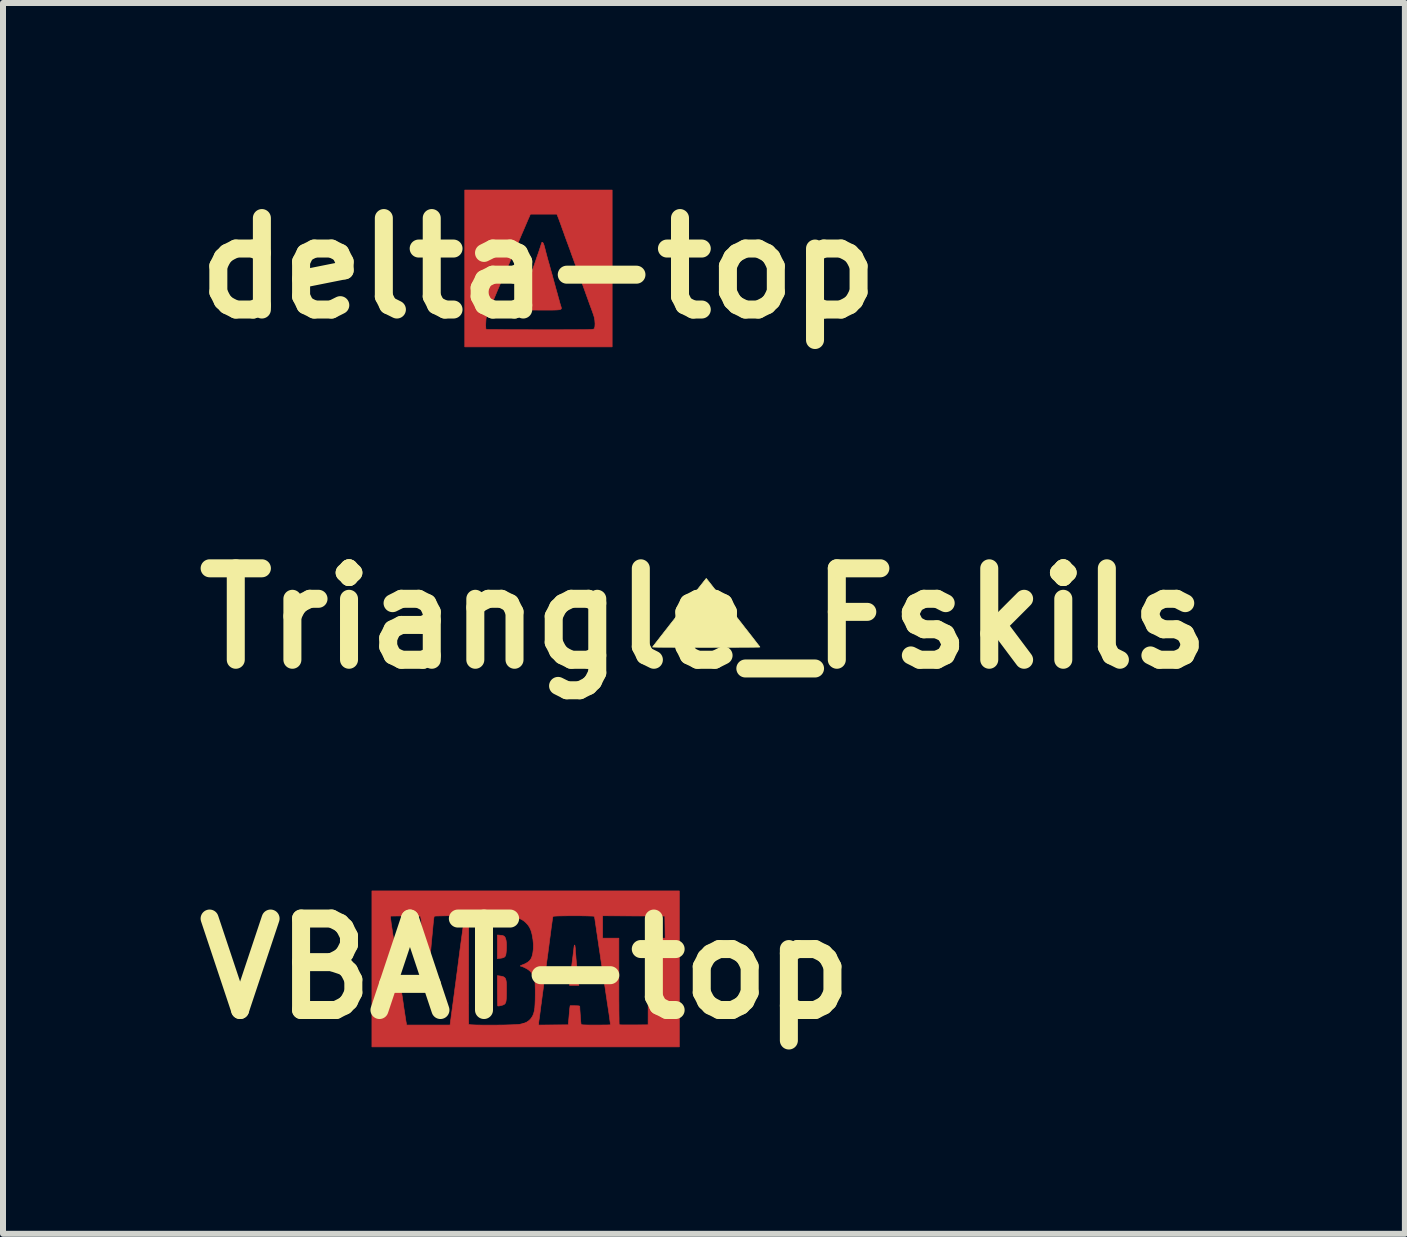
<source format=kicad_pcb>
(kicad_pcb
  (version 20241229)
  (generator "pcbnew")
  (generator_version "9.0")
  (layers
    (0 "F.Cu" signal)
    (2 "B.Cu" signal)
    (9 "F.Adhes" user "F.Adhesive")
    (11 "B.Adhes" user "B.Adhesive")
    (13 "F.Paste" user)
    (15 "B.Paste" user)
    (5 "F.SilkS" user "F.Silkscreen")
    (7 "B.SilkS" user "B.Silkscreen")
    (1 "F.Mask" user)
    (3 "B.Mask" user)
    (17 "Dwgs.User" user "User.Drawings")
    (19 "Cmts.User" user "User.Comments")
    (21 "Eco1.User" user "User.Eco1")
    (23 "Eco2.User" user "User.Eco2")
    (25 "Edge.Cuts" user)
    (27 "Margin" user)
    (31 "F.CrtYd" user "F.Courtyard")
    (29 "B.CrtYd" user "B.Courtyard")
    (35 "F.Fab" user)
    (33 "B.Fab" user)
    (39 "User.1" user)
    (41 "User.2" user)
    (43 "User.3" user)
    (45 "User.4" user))
  (footprint "VBAT-top"
    (layer "F.Cu")
    (at 5.704 13.09)
    (property "Reference" "VBAT-top" (at 0 0 0) (layer "F.SilkS") (effects (font (size 1.524 1.524) (thickness 0.3))))
    (attr through_hole)
    (fp_poly (pts (xy -0.413 -0.556) (xy -0.377 -0.551) (xy -0.353 -0.54) (xy -0.337 -0.52) (xy -0.326 -0.488) (xy -0.321 -0.468) (xy -0.317 -0.437) (xy -0.315 -0.396) (xy -0.315 -0.35) (xy -0.317 -0.304) (xy -0.321 -0.263) (xy -0.326 -0.23) (xy -0.33 -0.218) (xy -0.341 -0.199) (xy -0.359 -0.186) (xy -0.389 -0.177) (xy -0.418 -0.173) (xy -0.466 -0.167) (xy -0.466 -0.561) (xy -0.413 -0.556)) (stroke (width 0.01) (type solid)) (fill yes) (layer "F.Cu"))
    (fp_poly (pts (xy -0.421 0.123) (xy -0.39 0.128) (xy -0.365 0.136) (xy -0.346 0.147) (xy -0.332 0.166) (xy -0.323 0.192) (xy -0.317 0.228) (xy -0.315 0.275) (xy -0.315 0.337) (xy -0.315 0.389) (xy -0.316 0.454) (xy -0.318 0.503) (xy -0.322 0.54) (xy -0.329 0.567) (xy -0.341 0.586) (xy -0.357 0.599) (xy -0.38 0.608) (xy -0.411 0.616) (xy -0.433 0.621) (xy -0.451 0.623) (xy -0.46 0.621) (xy -0.462 0.611) (xy -0.463 0.587) (xy -0.464 0.55) (xy -0.465 0.502) (xy -0.465 0.447) (xy -0.466 0.385) (xy -0.466 0.366) (xy -0.466 0.117) (xy -0.421 0.123)) (stroke (width 0.01) (type solid)) (fill yes) (layer "F.Cu"))
    (fp_poly (pts (xy 0.827 -0.377) (xy 0.831 -0.346) (xy 0.833 -0.32) (xy 0.835 -0.279) (xy 0.84 -0.226) (xy 0.844 -0.169) (xy 0.849 -0.114) (xy 0.85 -0.102) (xy 0.856 -0.047) (xy 0.861 0.011) (xy 0.866 0.065) (xy 0.87 0.11) (xy 0.871 0.119) (xy 0.875 0.16) (xy 0.88 0.199) (xy 0.884 0.231) (xy 0.885 0.243) (xy 0.891 0.279) (xy 0.736 0.279) (xy 0.74 0.243) (xy 0.743 0.219) (xy 0.747 0.183) (xy 0.752 0.143) (xy 0.753 0.127) (xy 0.764 0.036) (xy 0.772 -0.042) (xy 0.78 -0.111) (xy 0.788 -0.173) (xy 0.792 -0.203) (xy 0.797 -0.246) (xy 0.802 -0.289) (xy 0.807 -0.324) (xy 0.808 -0.339) (xy 0.813 -0.374) (xy 0.818 -0.391) (xy 0.823 -0.393) (xy 0.827 -0.377)) (stroke (width 0.01) (type solid)) (fill yes) (layer "F.Cu"))
    (fp_poly (pts (xy 2.565 1.304) (xy -2.557 1.304) (xy -2.557 -0.876) (xy -2.248 -0.876) (xy -2.247 -0.851) (xy -2.245 -0.83) (xy -2.24 -0.793) (xy -2.234 -0.742) (xy -2.224 -0.679) (xy -2.213 -0.605) (xy -2.21 -0.584) (xy -2.205 -0.55) (xy -2.198 -0.507) (xy -2.191 -0.462) (xy -2.189 -0.445) (xy -2.182 -0.401) (xy -2.175 -0.356) (xy -2.169 -0.317) (xy -2.168 -0.305) (xy -2.162 -0.271) (xy -2.156 -0.228) (xy -2.149 -0.183) (xy -2.146 -0.165) (xy -2.13 -0.055) (xy -2.116 0.04) (xy -2.104 0.119) (xy -2.094 0.183) (xy -2.087 0.229) (xy -2.083 0.258) (xy -2.074 0.315) (xy -2.065 0.376) (xy -2.056 0.439) (xy -2.046 0.501) (xy -2.038 0.557) (xy -2.031 0.606) (xy -2.026 0.642) (xy -2.024 0.656) (xy -2.011 0.739) (xy -1.997 0.831) (xy -1.989 0.881) (xy -1.978 0.94) (xy -1.255 0.94) (xy -1.249 0.895) (xy -1.246 0.867) (xy -1.24 0.829) (xy -1.235 0.786) (xy -1.231 0.762) (xy -1.225 0.714) (xy -1.217 0.657) (xy -1.21 0.602) (xy -1.206 0.576) (xy -1.2 0.528) (xy -1.193 0.478) (xy -1.193 0.476) (xy -0.947 0.476) (xy -0.947 0.573) (xy -0.947 0.66) (xy -0.946 0.737) (xy -0.946 0.803) (xy -0.946 0.856) (xy -0.945 0.896) (xy -0.945 0.92) (xy -0.944 0.929) (xy -0.935 0.932) (xy -0.911 0.935) (xy -0.873 0.937) (xy -0.825 0.939) (xy -0.767 0.94) (xy -0.703 0.941) (xy -0.633 0.941) (xy -0.56 0.941) (xy -0.485 0.941) (xy -0.434 0.94) (xy 0.22 0.94) (xy 0.468 0.938) (xy 0.715 0.936) (xy 0.727 0.804) (xy 0.731 0.757) (xy 0.735 0.713) (xy 0.738 0.677) (xy 0.741 0.652) (xy 0.742 0.646) (xy 0.746 0.618) (xy 0.826 0.618) (xy 0.866 0.619) (xy 0.891 0.621) (xy 0.904 0.625) (xy 0.906 0.629) (xy 0.907 0.648) (xy 0.908 0.679) (xy 0.911 0.718) (xy 0.914 0.761) (xy 0.917 0.806) (xy 0.92 0.848) (xy 0.923 0.884) (xy 0.926 0.911) (xy 0.928 0.924) (xy 0.928 0.925) (xy 0.93 0.929) (xy 0.936 0.933) (xy 0.946 0.935) (xy 0.964 0.937) (xy 0.99 0.938) (xy 1.026 0.939) (xy 1.075 0.94) (xy 1.138 0.94) (xy 1.172 0.94) (xy 1.234 0.94) (xy 1.29 0.939) (xy 1.338 0.939) (xy 1.377 0.938) (xy 1.403 0.937) (xy 1.415 0.936) (xy 1.415 0.936) (xy 1.416 0.927) (xy 1.414 0.903) (xy 1.409 0.865) (xy 1.402 0.812) (xy 1.392 0.742) (xy 1.379 0.657) (xy 1.371 0.605) (xy 1.365 0.569) (xy 1.359 0.525) (xy 1.352 0.478) (xy 1.349 0.461) (xy 1.345 0.431) (xy 1.341 0.404) (xy 1.337 0.378) (xy 1.333 0.349) (xy 1.328 0.315) (xy 1.321 0.271) (xy 1.313 0.216) (xy 1.308 0.182) (xy 1.301 0.138) (xy 1.295 0.094) (xy 1.289 0.056) (xy 1.287 0.038) (xy 1.275 -0.04) (xy 1.264 -0.11) (xy 1.255 -0.17) (xy 1.248 -0.218) (xy 1.245 -0.241) (xy 1.24 -0.272) (xy 1.234 -0.313) (xy 1.227 -0.358) (xy 1.223 -0.385) (xy 1.217 -0.43) (xy 1.21 -0.474) (xy 1.205 -0.508) (xy 1.287 -0.508) (xy 1.558 -0.508) (xy 1.558 0.21) (xy 1.558 0.319) (xy 1.558 0.423) (xy 1.558 0.521) (xy 1.559 0.611) (xy 1.559 0.693) (xy 1.56 0.765) (xy 1.561 0.826) (xy 1.561 0.875) (xy 1.562 0.91) (xy 1.563 0.93) (xy 1.564 0.934) (xy 1.573 0.936) (xy 1.598 0.937) (xy 1.635 0.938) (xy 1.682 0.938) (xy 1.737 0.938) (xy 1.798 0.938) (xy 1.807 0.938) (xy 2.045 0.936) (xy 2.047 0.216) (xy 2.049 -0.504) (xy 2.189 -0.506) (xy 2.329 -0.508) (xy 2.324 -0.876) (xy 1.806 -0.878) (xy 1.287 -0.881) (xy 1.287 -0.508) (xy 1.205 -0.508) (xy 1.205 -0.512) (xy 1.202 -0.529) (xy 1.188 -0.622) (xy 1.177 -0.699) (xy 1.168 -0.76) (xy 1.161 -0.805) (xy 1.161 -0.81) (xy 1.156 -0.839) (xy 1.151 -0.862) (xy 1.148 -0.871) (xy 1.138 -0.874) (xy 1.114 -0.876) (xy 1.077 -0.877) (xy 1.03 -0.879) (xy 0.974 -0.88) (xy 0.913 -0.881) (xy 0.848 -0.881) (xy 0.782 -0.881) (xy 0.717 -0.881) (xy 0.654 -0.88) (xy 0.596 -0.879) (xy 0.546 -0.878) (xy 0.506 -0.876) (xy 0.477 -0.874) (xy 0.462 -0.872) (xy 0.461 -0.871) (xy 0.457 -0.859) (xy 0.453 -0.835) (xy 0.448 -0.804) (xy 0.448 -0.802) (xy 0.442 -0.759) (xy 0.436 -0.713) (xy 0.431 -0.682) (xy 0.427 -0.648) (xy 0.421 -0.604) (xy 0.415 -0.556) (xy 0.41 -0.521) (xy 0.404 -0.474) (xy 0.398 -0.428) (xy 0.393 -0.388) (xy 0.39 -0.364) (xy 0.385 -0.332) (xy 0.38 -0.29) (xy 0.374 -0.243) (xy 0.369 -0.212) (xy 0.363 -0.164) (xy 0.356 -0.114) (xy 0.35 -0.069) (xy 0.347 -0.047) (xy 0.342 -0.008) (xy 0.336 0.04) (xy 0.329 0.089) (xy 0.326 0.114) (xy 0.32 0.161) (xy 0.313 0.211) (xy 0.307 0.256) (xy 0.305 0.275) (xy 0.3 0.313) (xy 0.294 0.361) (xy 0.287 0.411) (xy 0.283 0.44) (xy 0.277 0.487) (xy 0.271 0.534) (xy 0.266 0.575) (xy 0.262 0.597) (xy 0.257 0.636) (xy 0.251 0.682) (xy 0.246 0.725) (xy 0.245 0.728) (xy 0.24 0.77) (xy 0.234 0.812) (xy 0.229 0.848) (xy 0.228 0.851) (xy 0.224 0.882) (xy 0.221 0.908) (xy 0.22 0.921) (xy 0.22 0.94) (xy -0.434 0.94) (xy -0.412 0.94) (xy -0.341 0.939) (xy -0.274 0.937) (xy -0.214 0.935) (xy -0.163 0.933) (xy -0.122 0.93) (xy -0.093 0.927) (xy -0.089 0.926) (xy -0.027 0.912) (xy 0.021 0.892) (xy 0.06 0.865) (xy 0.084 0.842) (xy 0.106 0.813) (xy 0.124 0.782) (xy 0.138 0.747) (xy 0.149 0.705) (xy 0.157 0.654) (xy 0.161 0.593) (xy 0.164 0.519) (xy 0.165 0.43) (xy 0.165 0.428) (xy 0.165 0.363) (xy 0.164 0.312) (xy 0.163 0.273) (xy 0.162 0.243) (xy 0.159 0.22) (xy 0.155 0.2) (xy 0.15 0.181) (xy 0.145 0.165) (xy 0.127 0.115) (xy 0.107 0.078) (xy 0.085 0.048) (xy 0.059 0.026) (xy 0.034 0.008) (xy 0.001 -0.01) (xy -0.032 -0.026) (xy -0.062 -0.038) (xy -0.083 -0.043) (xy -0.083 -0.043) (xy -0.085 -0.046) (xy -0.074 -0.052) (xy -0.064 -0.057) (xy -0.005 -0.081) (xy 0.039 -0.106) (xy 0.071 -0.133) (xy 0.094 -0.164) (xy 0.111 -0.204) (xy 0.123 -0.253) (xy 0.124 -0.258) (xy 0.133 -0.329) (xy 0.134 -0.405) (xy 0.126 -0.489) (xy 0.123 -0.504) (xy 0.11 -0.578) (xy 0.092 -0.639) (xy 0.069 -0.69) (xy 0.039 -0.733) (xy 0.006 -0.768) (xy -0.023 -0.793) (xy -0.054 -0.814) (xy -0.088 -0.831) (xy -0.126 -0.846) (xy -0.17 -0.857) (xy -0.222 -0.866) (xy -0.283 -0.872) (xy -0.356 -0.876) (xy -0.44 -0.879) (xy -0.538 -0.879) (xy -0.643 -0.879) (xy -0.944 -0.876) (xy -0.946 0.021) (xy -0.946 0.143) (xy -0.947 0.26) (xy -0.947 0.372) (xy -0.947 0.476) (xy -1.193 0.476) (xy -1.187 0.433) (xy -1.184 0.411) (xy -1.179 0.369) (xy -1.173 0.324) (xy -1.168 0.288) (xy -1.16 0.229) (xy -1.152 0.166) (xy -1.144 0.104) (xy -1.136 0.047) (xy -1.13 -0.001) (xy -1.126 -0.03) (xy -1.122 -0.063) (xy -1.116 -0.108) (xy -1.11 -0.155) (xy -1.106 -0.186) (xy -1.1 -0.232) (xy -1.093 -0.288) (xy -1.085 -0.347) (xy -1.077 -0.404) (xy -1.076 -0.415) (xy -1.069 -0.466) (xy -1.062 -0.516) (xy -1.056 -0.561) (xy -1.051 -0.596) (xy -1.05 -0.605) (xy -1.039 -0.684) (xy -1.031 -0.748) (xy -1.024 -0.797) (xy -1.021 -0.832) (xy -1.019 -0.856) (xy -1.019 -0.869) (xy -1.02 -0.872) (xy -1.03 -0.874) (xy -1.054 -0.877) (xy -1.09 -0.878) (xy -1.135 -0.879) (xy -1.186 -0.88) (xy -1.241 -0.881) (xy -1.298 -0.881) (xy -1.353 -0.88) (xy -1.405 -0.879) (xy -1.45 -0.878) (xy -1.486 -0.877) (xy -1.51 -0.875) (xy -1.52 -0.872) (xy -1.52 -0.872) (xy -1.522 -0.861) (xy -1.526 -0.836) (xy -1.53 -0.801) (xy -1.535 -0.757) (xy -1.538 -0.726) (xy -1.543 -0.672) (xy -1.548 -0.617) (xy -1.553 -0.566) (xy -1.557 -0.525) (xy -1.558 -0.512) (xy -1.569 -0.398) (xy -1.579 -0.281) (xy -1.589 -0.165) (xy -1.598 -0.055) (xy -1.606 0.047) (xy -1.612 0.137) (xy -1.614 0.163) (xy -1.617 0.201) (xy -1.62 0.231) (xy -1.623 0.252) (xy -1.626 0.258) (xy -1.628 0.252) (xy -1.632 0.231) (xy -1.636 0.199) (xy -1.64 0.159) (xy -1.642 0.137) (xy -1.646 0.09) (xy -1.649 0.047) (xy -1.653 0.012) (xy -1.655 -0.012) (xy -1.656 -0.017) (xy -1.658 -0.035) (xy -1.661 -0.067) (xy -1.665 -0.108) (xy -1.67 -0.156) (xy -1.673 -0.186) (xy -1.68 -0.263) (xy -1.687 -0.33) (xy -1.693 -0.392) (xy -1.699 -0.455) (xy -1.706 -0.523) (xy -1.715 -0.601) (xy -1.72 -0.653) (xy -1.725 -0.705) (xy -1.73 -0.752) (xy -1.734 -0.789) (xy -1.735 -0.798) (xy -1.739 -0.831) (xy -1.744 -0.857) (xy -1.749 -0.871) (xy -1.75 -0.873) (xy -1.761 -0.875) (xy -1.787 -0.877) (xy -1.827 -0.878) (xy -1.88 -0.879) (xy -1.944 -0.879) (xy -2.003 -0.879) (xy -2.248 -0.876) (xy -2.557 -0.876) (xy -2.557 -1.295) (xy 2.565 -1.295) (xy 2.565 1.304)) (stroke (width 0.01) (type solid)) (fill yes) (layer "F.Cu")))
  (footprint "delta-top"
    (layer "F.Cu")
    (at 5.922 1.418)
    (property "Reference" "delta-top" (at 0 0 0) (layer "F.SilkS") (effects (font (size 1.524 1.524) (thickness 0.3))))
    (attr through_hole)
    (fp_poly (pts (xy 0.082 -0.412) (xy 0.096 -0.373) (xy 0.103 -0.347) (xy 0.126 -0.257) (xy 0.145 -0.185) (xy 0.161 -0.127) (xy 0.175 -0.079) (xy 0.182 -0.055) (xy 0.193 -0.014) (xy 0.208 0.041) (xy 0.227 0.107) (xy 0.247 0.181) (xy 0.268 0.259) (xy 0.27 0.265) (xy 0.291 0.343) (xy 0.312 0.416) (xy 0.33 0.483) (xy 0.346 0.539) (xy 0.357 0.581) (xy 0.365 0.606) (xy 0.365 0.607) (xy 0.373 0.632) (xy 0.379 0.652) (xy 0.382 0.667) (xy 0.379 0.679) (xy 0.368 0.687) (xy 0.347 0.693) (xy 0.315 0.696) (xy 0.27 0.698) (xy 0.209 0.699) (xy 0.131 0.699) (xy 0.034 0.699) (xy 0.032 0.699) (xy -0.064 0.698) (xy -0.14 0.698) (xy -0.199 0.698) (xy -0.244 0.697) (xy -0.276 0.695) (xy -0.297 0.693) (xy -0.309 0.69) (xy -0.316 0.686) (xy -0.317 0.681) (xy -0.318 0.68) (xy -0.314 0.659) (xy -0.304 0.624) (xy -0.289 0.582) (xy -0.275 0.545) (xy -0.269 0.528) (xy -0.257 0.495) (xy -0.242 0.45) (xy -0.223 0.395) (xy -0.208 0.349) (xy -0.188 0.29) (xy -0.162 0.215) (xy -0.134 0.131) (xy -0.103 0.042) (xy -0.073 -0.046) (xy -0.052 -0.106) (xy -0.027 -0.18) (xy -0.003 -0.248) (xy 0.017 -0.308) (xy 0.033 -0.357) (xy 0.044 -0.392) (xy 0.05 -0.409) (xy 0.05 -0.41) (xy 0.058 -0.431) (xy 0.069 -0.431) (xy 0.082 -0.412)) (stroke (width 0.01) (type solid)) (fill yes) (layer "F.Cu"))
    (fp_poly (pts (xy 1.228 1.312) (xy -1.228 1.312) (xy -1.228 0.94) (xy -0.879 0.94) (xy -0.879 0.979) (xy -0.876 1.008) (xy -0.871 1.02) (xy -0.86 1.021) (xy -0.829 1.022) (xy -0.78 1.023) (xy -0.714 1.023) (xy -0.634 1.024) (xy -0.54 1.025) (xy -0.434 1.026) (xy -0.318 1.026) (xy -0.194 1.026) (xy -0.062 1.027) (xy 0.028 1.027) (xy 0.186 1.027) (xy 0.324 1.027) (xy 0.444 1.026) (xy 0.546 1.026) (xy 0.633 1.026) (xy 0.706 1.025) (xy 0.765 1.025) (xy 0.812 1.024) (xy 0.85 1.022) (xy 0.878 1.021) (xy 0.898 1.019) (xy 0.912 1.017) (xy 0.921 1.014) (xy 0.927 1.011) (xy 0.93 1.008) (xy 0.931 1.006) (xy 0.941 0.972) (xy 0.943 0.924) (xy 0.939 0.869) (xy 0.928 0.812) (xy 0.911 0.759) (xy 0.91 0.757) (xy 0.904 0.74) (xy 0.892 0.706) (xy 0.874 0.657) (xy 0.851 0.595) (xy 0.825 0.522) (xy 0.796 0.442) (xy 0.765 0.355) (xy 0.735 0.273) (xy 0.706 0.194) (xy 0.683 0.128) (xy 0.662 0.07) (xy 0.641 0.013) (xy 0.618 -0.05) (xy 0.605 -0.085) (xy 0.585 -0.141) (xy 0.565 -0.194) (xy 0.549 -0.239) (xy 0.538 -0.27) (xy 0.536 -0.275) (xy 0.524 -0.31) (xy 0.507 -0.355) (xy 0.492 -0.397) (xy 0.474 -0.445) (xy 0.453 -0.502) (xy 0.434 -0.554) (xy 0.434 -0.556) (xy 0.416 -0.606) (xy 0.395 -0.663) (xy 0.374 -0.723) (xy 0.353 -0.78) (xy 0.335 -0.829) (xy 0.321 -0.864) (xy 0.319 -0.87) (xy 0.307 -0.9) (xy -0.134 -0.9) (xy -0.153 -0.855) (xy -0.169 -0.82) (xy -0.191 -0.768) (xy -0.219 -0.703) (xy -0.252 -0.626) (xy -0.289 -0.541) (xy -0.327 -0.451) (xy -0.348 -0.402) (xy -0.373 -0.344) (xy -0.397 -0.288) (xy -0.419 -0.24) (xy -0.435 -0.203) (xy -0.44 -0.193) (xy -0.454 -0.162) (xy -0.463 -0.14) (xy -0.466 -0.132) (xy -0.47 -0.121) (xy -0.48 -0.096) (xy -0.491 -0.072) (xy -0.507 -0.035) (xy -0.531 0.019) (xy -0.562 0.09) (xy -0.599 0.175) (xy -0.641 0.273) (xy -0.688 0.383) (xy -0.716 0.45) (xy -0.739 0.505) (xy -0.761 0.555) (xy -0.778 0.595) (xy -0.79 0.621) (xy -0.793 0.63) (xy -0.807 0.66) (xy -0.825 0.702) (xy -0.845 0.748) (xy -0.861 0.787) (xy -0.868 0.813) (xy -0.874 0.851) (xy -0.877 0.895) (xy -0.879 0.94) (xy -1.228 0.94) (xy -1.228 -1.302) (xy 1.228 -1.302) (xy 1.228 1.312)) (stroke (width 0.01) (type solid)) (fill yes) (layer "F.Cu")))
  (footprint "Triangle_Fskils"
    (layer "F.Cu")
    (at 8.68 7.254)
    (property "Reference" "Triangle_Fskils" (at 0 0 0) (layer "F.SilkS") (effects (font (size 1.524 1.524) (thickness 0.3))))
    (attr through_hole)
    (fp_poly (pts (xy 0.042 -0.661) (xy 0.054 -0.647) (xy 0.072 -0.624) (xy 0.096 -0.594) (xy 0.125 -0.557) (xy 0.159 -0.513) (xy 0.198 -0.464) (xy 0.24 -0.411) (xy 0.285 -0.353) (xy 0.332 -0.293) (xy 0.382 -0.23) (xy 0.432 -0.165) (xy 0.483 -0.1) (xy 0.535 -0.034) (xy 0.585 0.03) (xy 0.635 0.094) (xy 0.682 0.155) (xy 0.728 0.213) (xy 0.77 0.267) (xy 0.809 0.317) (xy 0.843 0.361) (xy 0.873 0.4) (xy 0.897 0.431) (xy 0.916 0.455) (xy 0.928 0.471) (xy 0.932 0.477) (xy 0.932 0.477) (xy 0.926 0.478) (xy 0.908 0.479) (xy 0.879 0.479) (xy 0.839 0.48) (xy 0.79 0.48) (xy 0.731 0.481) (xy 0.664 0.481) (xy 0.589 0.481) (xy 0.507 0.482) (xy 0.419 0.482) (xy 0.325 0.482) (xy 0.226 0.482) (xy 0.124 0.483) (xy 0.038 0.483) (xy -0.067 0.483) (xy -0.169 0.482) (xy -0.267 0.482) (xy -0.36 0.482) (xy -0.447 0.482) (xy -0.528 0.481) (xy -0.601 0.481) (xy -0.667 0.481) (xy -0.724 0.48) (xy -0.772 0.48) (xy -0.809 0.479) (xy -0.837 0.478) (xy -0.852 0.478) (xy -0.856 0.477) (xy -0.852 0.471) (xy -0.841 0.456) (xy -0.823 0.433) (xy -0.799 0.402) (xy -0.769 0.364) (xy -0.735 0.32) (xy -0.696 0.27) (xy -0.654 0.216) (xy -0.609 0.159) (xy -0.562 0.098) (xy -0.512 0.035) (xy -0.462 -0.03) (xy -0.411 -0.096) (xy -0.36 -0.161) (xy -0.309 -0.226) (xy -0.26 -0.289) (xy -0.212 -0.349) (xy -0.167 -0.407) (xy -0.124 -0.461) (xy -0.086 -0.51) (xy -0.051 -0.554) (xy -0.021 -0.592) (xy 0.003 -0.623) (xy 0.022 -0.646) (xy 0.033 -0.66) (xy 0.038 -0.666) (xy 0.038 -0.666) (xy 0.042 -0.661)) (stroke (width 0.01) (type solid)) (fill yes) (layer "F.SilkS")))
  (gr_rect
    (start -3 -3)
    (end 20.359 17.508)
    (stroke (width 0.1) (type default))
    (fill no)
    (layer "Edge.Cuts")))
</source>
